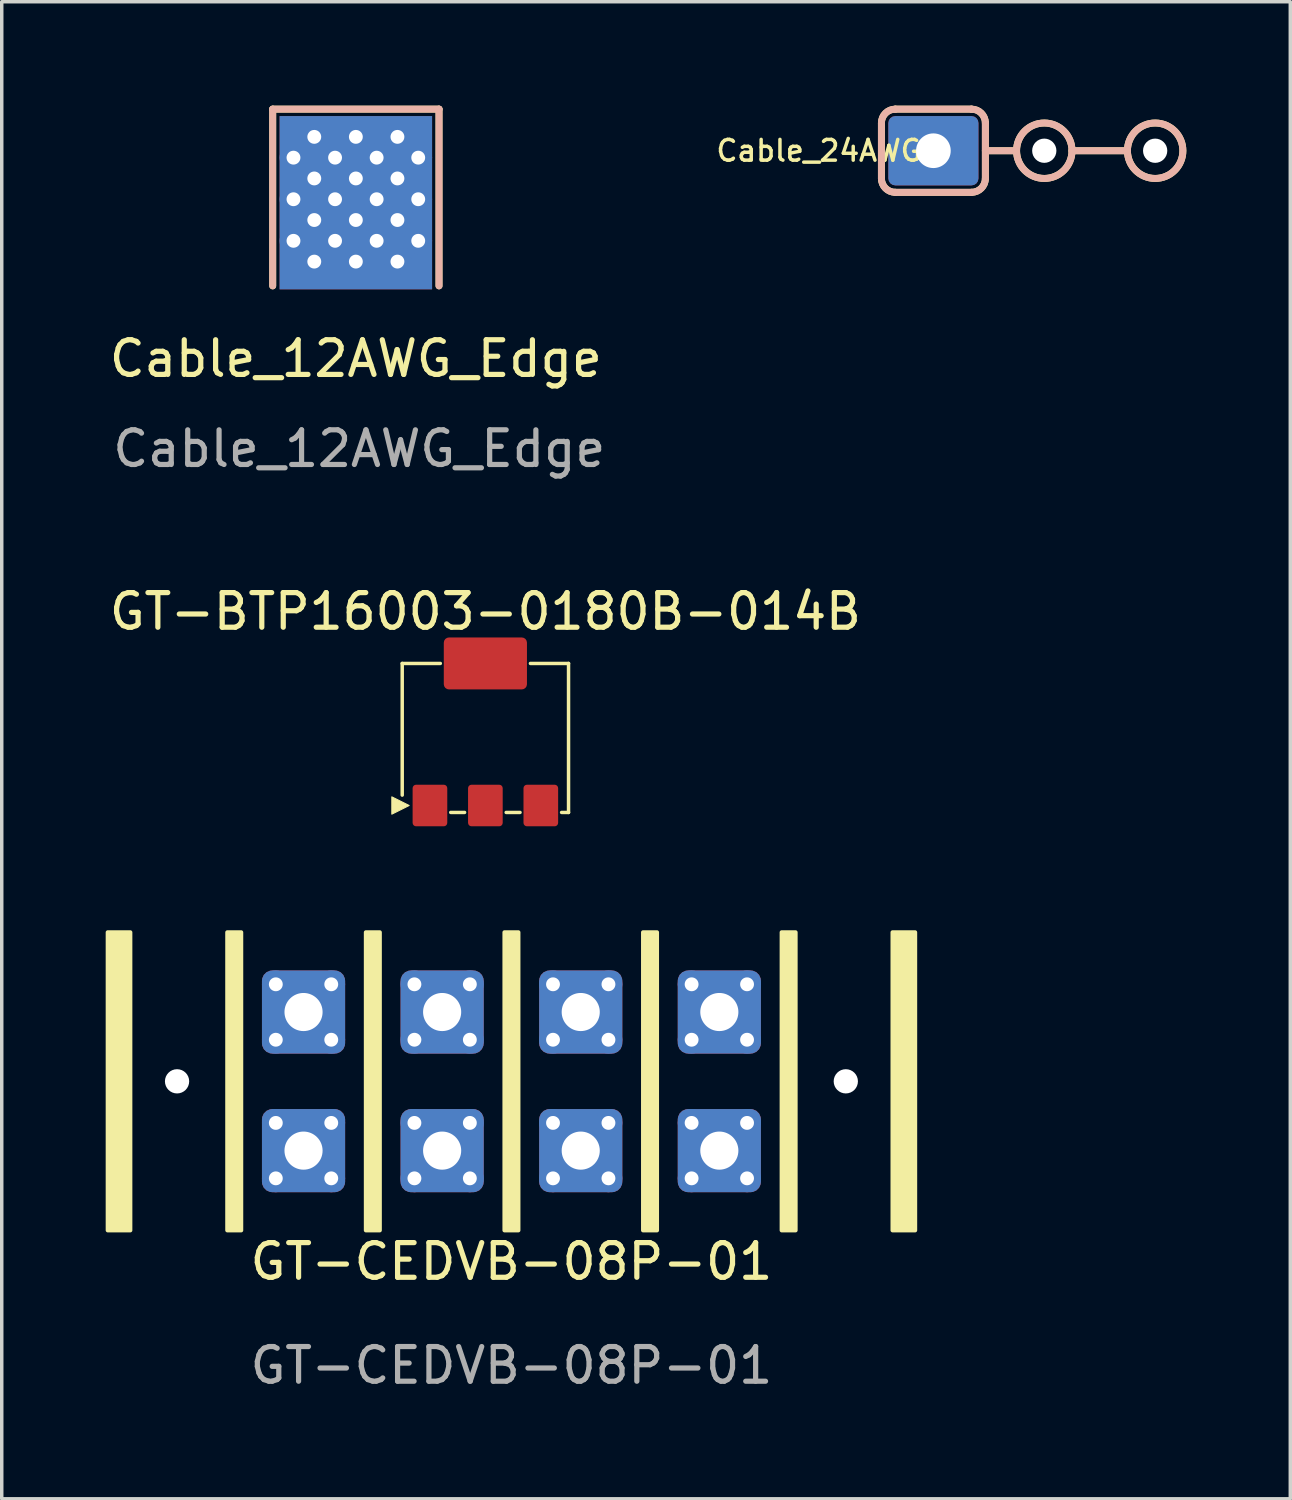
<source format=kicad_pcb>
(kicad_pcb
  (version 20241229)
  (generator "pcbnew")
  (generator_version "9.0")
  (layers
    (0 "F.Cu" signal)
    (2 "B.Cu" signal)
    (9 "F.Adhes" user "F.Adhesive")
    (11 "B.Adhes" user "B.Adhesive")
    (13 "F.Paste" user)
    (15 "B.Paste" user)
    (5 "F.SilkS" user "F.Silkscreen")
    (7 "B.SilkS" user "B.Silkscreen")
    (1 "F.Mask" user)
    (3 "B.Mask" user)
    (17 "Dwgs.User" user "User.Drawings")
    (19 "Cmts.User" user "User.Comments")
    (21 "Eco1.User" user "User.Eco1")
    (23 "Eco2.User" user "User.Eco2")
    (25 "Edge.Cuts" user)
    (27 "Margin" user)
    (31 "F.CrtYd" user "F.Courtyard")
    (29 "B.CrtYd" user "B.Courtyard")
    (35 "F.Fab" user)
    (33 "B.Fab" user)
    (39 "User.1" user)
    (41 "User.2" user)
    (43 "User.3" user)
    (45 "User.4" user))
  (footprint "Cable_24AWG"
    (layer "F.Cu")
    (at 23.888 1.3)
    (property "Reference" "Cable_24AWG" (at -3.3 0 0) (unlocked yes) (layer "F.SilkS") (effects (font (size 0.6 0.6) (thickness 0.1))))
    (attr smd exclude_from_pos_files exclude_from_bom)
    (fp_line (start -1.5 -0.8) (end -1.5 0.8) (stroke (width 0.2) (type default)) (layer "F.SilkS"))
    (fp_line (start -1.1 1.2) (end 1.1 1.2) (stroke (width 0.2) (type default)) (layer "F.SilkS"))
    (fp_line (start 1.1 -1.2) (end -1.1 -1.2) (stroke (width 0.2) (type default)) (layer "F.SilkS"))
    (fp_line (start 1.5 -0.8) (end 1.5 0.8) (stroke (width 0.2) (type default)) (layer "F.SilkS"))
    (fp_line (start 1.5 0.000001) (end 2.4 0) (stroke (width 0.2) (type default)) (layer "F.SilkS"))
    (fp_line (start 4 0) (end 5.6 0) (stroke (width 0.2) (type default)) (layer "F.SilkS"))
    (fp_arc (start -1.5 -0.800001) (mid -1.382842 -1.082843) (end -1.1 -1.2) (stroke (width 0.2) (type default)) (layer "F.SilkS"))
    (fp_arc (start -1.100001 1.2) (mid -1.382843 1.082842) (end -1.5 0.8) (stroke (width 0.2) (type default)) (layer "F.SilkS"))
    (fp_arc (start 1.100001 -1.2) (mid 1.382843 -1.082842) (end 1.5 -0.8) (stroke (width 0.2) (type default)) (layer "F.SilkS"))
    (fp_arc (start 1.5 0.800001) (mid 1.382842 1.082843) (end 1.1 1.2) (stroke (width 0.2) (type default)) (layer "F.SilkS"))
    (fp_circle (center 3.2 0) (end 4 0) (stroke (width 0.2) (type default)) (fill no) (layer "F.SilkS"))
    (fp_circle (center 6.4 0) (end 7.2 0) (stroke (width 0.2) (type default)) (fill no) (layer "F.SilkS"))
    (fp_line (start -1.5 0.8) (end -1.5 -0.8) (stroke (width 0.2) (type default)) (layer "B.SilkS"))
    (fp_line (start -1.1 -1.2) (end 1.1 -1.2) (stroke (width 0.2) (type default)) (layer "B.SilkS"))
    (fp_line (start 1.1 1.2) (end -1.1 1.2) (stroke (width 0.2) (type default)) (layer "B.SilkS"))
    (fp_line (start 1.5 -0.000001) (end 2.4 0) (stroke (width 0.2) (type default)) (layer "B.SilkS"))
    (fp_line (start 1.5 0.8) (end 1.5 -0.8) (stroke (width 0.2) (type default)) (layer "B.SilkS"))
    (fp_line (start 4 0) (end 5.6 0) (stroke (width 0.2) (type default)) (layer "B.SilkS"))
    (fp_arc (start -1.5 -0.8) (mid -1.382843 -1.082842) (end -1.100001 -1.2) (stroke (width 0.2) (type default)) (layer "B.SilkS"))
    (fp_arc (start -1.1 1.2) (mid -1.382842 1.082843) (end -1.5 0.800001) (stroke (width 0.2) (type default)) (layer "B.SilkS"))
    (fp_arc (start 1.1 -1.2) (mid 1.382842 -1.082843) (end 1.5 -0.800001) (stroke (width 0.2) (type default)) (layer "B.SilkS"))
    (fp_arc (start 1.5 0.8) (mid 1.382843 1.082842) (end 1.100001 1.2) (stroke (width 0.2) (type default)) (layer "B.SilkS"))
    (fp_circle (center 3.2 0) (end 4 0) (stroke (width 0.2) (type default)) (fill no) (layer "B.SilkS"))
    (fp_circle (center 6.4 0) (end 7.2 0) (stroke (width 0.2) (type default)) (fill no) (layer "B.SilkS"))
    (pad "" np_thru_hole circle (at 3.2 0) (size 0.7 0.7) (drill 1.3) (layers "*.Cu" "*.Mask"))
    (pad "" np_thru_hole circle (at 6.4 0) (size 0.7 0.7) (drill 1.3) (layers "*.Cu" "*.Mask"))
    (pad "1" thru_hole roundrect (at 0 0 270) (size 2 2.6) (drill 1) (layers "*.Cu" "*.Mask") (roundrect_rratio 0.1)))
  (footprint "Cable_12AWG_Edge"
    (layer "F.Cu")
    (at 7.22 3.3)
    (property "Reference" "Cable_12AWG_Edge" (at 0 4 0) (unlocked yes) (layer "F.SilkS") (effects (font (size 1 1) (thickness 0.15))))
    (attr smd)
    (fp_line (start -2.4 -3.2) (end -2.4 1.9) (stroke (width 0.2) (type default)) (layer "F.SilkS"))
    (fp_line (start -2.4 -3.2) (end 2.4 -3.2) (stroke (width 0.2) (type default)) (layer "F.SilkS"))
    (fp_line (start 2.4 -3.2) (end 2.4 1.9) (stroke (width 0.2) (type default)) (layer "F.SilkS"))
    (fp_line (start -2.4 -3.2) (end -2.4 1.9) (stroke (width 0.2) (type default)) (layer "B.SilkS"))
    (fp_line (start 2.4 -3.2) (end -2.4 -3.2) (stroke (width 0.2) (type default)) (layer "B.SilkS"))
    (fp_line (start 2.4 -3.2) (end 2.4 1.9) (stroke (width 0.2) (type default)) (layer "B.SilkS"))
    (fp_text user "${REFERENCE}" (at 0.1 6.6 0) (unlocked yes) (layer "F.Fab") (effects (font (size 1 1) (thickness 0.15))))
    (pad "1" thru_hole circle (at -1.8 -1.8 270) (size 0.8 0.8) (drill 0.4) (layers "*.Cu"))
    (pad "1" thru_hole circle (at -1.8 -0.6 270) (size 0.8 0.8) (drill 0.4) (layers "*.Cu"))
    (pad "1" thru_hole circle (at -1.8 0.6 270) (size 0.8 0.8) (drill 0.4) (layers "*.Cu"))
    (pad "1" thru_hole circle (at -1.2 -2.4 270) (size 0.8 0.8) (drill 0.4) (layers "*.Cu"))
    (pad "1" thru_hole circle (at -1.2 -1.2 270) (size 0.8 0.8) (drill 0.4) (layers "*.Cu"))
    (pad "1" thru_hole circle (at -1.2 0 270) (size 0.8 0.8) (drill 0.4) (layers "*.Cu"))
    (pad "1" thru_hole circle (at -1.2 1.2 270) (size 0.8 0.8) (drill 0.4) (layers "*.Cu"))
    (pad "1" thru_hole circle (at -0.6 -1.8 270) (size 0.8 0.8) (drill 0.4) (layers "*.Cu"))
    (pad "1" thru_hole circle (at -0.6 -0.6 270) (size 0.8 0.8) (drill 0.4) (layers "*.Cu"))
    (pad "1" thru_hole circle (at -0.6 0.6 270) (size 0.8 0.8) (drill 0.4) (layers "*.Cu"))
    (pad "1" thru_hole circle (at 0 -2.4 270) (size 0.8 0.8) (drill 0.4) (layers "*.Cu"))
    (pad "1" thru_hole circle (at 0 -1.2 270) (size 0.8 0.8) (drill 0.4) (layers "*.Cu"))
    (pad "1" smd rect (at 0 -0.5) (size 4.4 5) (layers "F.Cu" "F.Mask" "F.Paste"))
    (pad "1" smd rect (at 0 -0.5) (size 4.4 5) (layers "B.Cu" "B.Mask" "B.Paste"))
    (pad "1" thru_hole circle (at 0 0 270) (size 0.8 0.8) (drill 0.4) (layers "*.Cu"))
    (pad "1" thru_hole circle (at 0 1.2 270) (size 0.8 0.8) (drill 0.4) (layers "*.Cu"))
    (pad "1" thru_hole circle (at 0.6 -1.8 270) (size 0.8 0.8) (drill 0.4) (layers "*.Cu"))
    (pad "1" thru_hole circle (at 0.6 -0.6 270) (size 0.8 0.8) (drill 0.4) (layers "*.Cu"))
    (pad "1" thru_hole circle (at 0.6 0.6 270) (size 0.8 0.8) (drill 0.4) (layers "*.Cu"))
    (pad "1" thru_hole circle (at 1.2 -2.4 270) (size 0.8 0.8) (drill 0.4) (layers "*.Cu"))
    (pad "1" thru_hole circle (at 1.2 -1.2 270) (size 0.8 0.8) (drill 0.4) (layers "*.Cu"))
    (pad "1" thru_hole circle (at 1.2 0 270) (size 0.8 0.8) (drill 0.4) (layers "*.Cu"))
    (pad "1" thru_hole circle (at 1.2 1.2 270) (size 0.8 0.8) (drill 0.4) (layers "*.Cu"))
    (pad "1" thru_hole circle (at 1.8 -1.8 270) (size 0.8 0.8) (drill 0.4) (layers "*.Cu"))
    (pad "1" thru_hole circle (at 1.8 -0.6 270) (size 0.8 0.8) (drill 0.4) (layers "*.Cu"))
    (pad "1" thru_hole circle (at 1.8 0.6 270) (size 0.8 0.8) (drill 0.4) (layers "*.Cu")))
  (footprint "GT-BTP16003-0180B-014B"
    (layer "F.Cu")
    (at 10.958 19.197)
    (property "Reference" "GT-BTP16003-0180B-014B" (at 0 -4.6 0) (layer "F.SilkS") (effects (font (size 1 1) (thickness 0.15))))
    (attr smd)
    (fp_line (start -2.4 -3.1) (end -1.3 -3.1) (stroke (width 0.1) (type default)) (layer "F.SilkS"))
    (fp_line (start -2.4 0.7) (end -2.4 -3.1) (stroke (width 0.1) (type default)) (layer "F.SilkS"))
    (fp_line (start -1 1.2) (end -0.6 1.2) (stroke (width 0.1) (type default)) (layer "F.SilkS"))
    (fp_line (start 0.6 1.2) (end 1 1.2) (stroke (width 0.1) (type default)) (layer "F.SilkS"))
    (fp_line (start 2.2 1.2) (end 2.4 1.2) (stroke (width 0.1) (type default)) (layer "F.SilkS"))
    (fp_line (start 2.4 -3.1) (end 1.3 -3.1) (stroke (width 0.1) (type default)) (layer "F.SilkS"))
    (fp_line (start 2.4 -3.1) (end 2.4 1.2) (stroke (width 0.1) (type default)) (layer "F.SilkS"))
    (fp_poly (pts (xy -2.2 1) (xy -2.7 1.25) (xy -2.7 0.75)) (stroke (width 0.03) (type solid)) (fill yes) (layer "F.SilkS"))
    (pad "1" smd roundrect (at -1.6 1) (size 1 1.2) (layers "F.Cu" "F.Mask" "F.Paste") (roundrect_rratio 0.1))
    (pad "2" smd roundrect (at 0 1) (size 1 1.2) (layers "F.Cu" "F.Mask" "F.Paste") (roundrect_rratio 0.1))
    (pad "3" smd roundrect (at 1.6 1) (size 1 1.2) (layers "F.Cu" "F.Mask" "F.Paste") (roundrect_rratio 0.1))
    (pad "MP" smd roundrect (at 0 -3.1 90) (size 1.5 2.4) (layers "F.Cu" "F.Mask" "F.Paste") (roundrect_rratio 0.1)))
  (footprint "GT-CEDVB-08P-01"
    (layer "F.Cu")
    (at 11.71 28.157)
    (property "Reference" "GT-CEDVB-08P-01" (at 0 5.2 0) (unlocked yes) (layer "F.SilkS") (effects (font (size 1 1) (thickness 0.15))))
    (attr through_hole)
    (fp_rect (start -11.65 -4.3) (end -11 4.3) (stroke (width 0.12) (type solid)) (fill yes) (layer "F.SilkS"))
    (fp_rect (start -8.2 -4.3) (end -7.8 4.3) (stroke (width 0.12) (type solid)) (fill yes) (layer "F.SilkS"))
    (fp_rect (start -4.2 -4.3) (end -3.8 4.3) (stroke (width 0.12) (type solid)) (fill yes) (layer "F.SilkS"))
    (fp_rect (start -0.2 -4.3) (end 0.2 4.3) (stroke (width 0.12) (type solid)) (fill yes) (layer "F.SilkS"))
    (fp_rect (start 3.8 -4.3) (end 4.2 4.3) (stroke (width 0.12) (type solid)) (fill yes) (layer "F.SilkS"))
    (fp_rect (start 7.8 -4.3) (end 8.2 4.3) (stroke (width 0.12) (type solid)) (fill yes) (layer "F.SilkS"))
    (fp_rect (start 11 -4.3) (end 11.65 4.3) (stroke (width 0.12) (type solid)) (fill yes) (layer "F.SilkS"))
    (fp_text user "${REFERENCE}" (at 0 8.2 0) (unlocked yes) (layer "F.Fab") (effects (font (size 1 1) (thickness 0.15))))
    (pad "" np_thru_hole circle (at -9.65 0 90) (size 0.7 0.7) (drill 0.7) (layers "*.Cu" "*.Mask"))
    (pad "" np_thru_hole circle (at 9.65 0 90) (size 0.7 0.7) (drill 0.7) (layers "*.Cu" "*.Mask"))
    (pad "1" thru_hole circle (at -6.8 -2.8 90) (size 0.8 0.8) (drill 0.4) (layers "*.Cu"))
    (pad "1" thru_hole circle (at -6.8 -1.2 90) (size 0.8 0.8) (drill 0.4) (layers "*.Cu"))
    (pad "1" thru_hole roundrect (at -6 -2 90) (size 2.4 2.4) (drill 1.1) (layers "*.Cu" "*.Mask") (roundrect_rratio 0.125))
    (pad "1" thru_hole circle (at -5.2 -2.8 90) (size 0.8 0.8) (drill 0.4) (layers "*.Cu"))
    (pad "1" thru_hole circle (at -5.2 -1.2 90) (size 0.8 0.8) (drill 0.4) (layers "*.Cu"))
    (pad "2" thru_hole circle (at -6.8 1.2 90) (size 0.8 0.8) (drill 0.4) (layers "*.Cu"))
    (pad "2" thru_hole circle (at -6.8 2.8 90) (size 0.8 0.8) (drill 0.4) (layers "*.Cu"))
    (pad "2" thru_hole roundrect (at -6 2 90) (size 2.4 2.4) (drill 1.1) (layers "*.Cu" "*.Mask") (roundrect_rratio 0.125))
    (pad "2" thru_hole circle (at -5.2 1.2 90) (size 0.8 0.8) (drill 0.4) (layers "*.Cu"))
    (pad "2" thru_hole circle (at -5.2 2.8 90) (size 0.8 0.8) (drill 0.4) (layers "*.Cu"))
    (pad "3" thru_hole circle (at -2.8 -2.8 90) (size 0.8 0.8) (drill 0.4) (layers "*.Cu"))
    (pad "3" thru_hole circle (at -2.8 -1.2 90) (size 0.8 0.8) (drill 0.4) (layers "*.Cu"))
    (pad "3" thru_hole roundrect (at -2 -2 90) (size 2.4 2.4) (drill 1.1) (layers "*.Cu" "*.Mask") (roundrect_rratio 0.125))
    (pad "3" thru_hole circle (at -1.2 -2.8 90) (size 0.8 0.8) (drill 0.4) (layers "*.Cu"))
    (pad "3" thru_hole circle (at -1.2 -1.2 90) (size 0.8 0.8) (drill 0.4) (layers "*.Cu"))
    (pad "4" thru_hole circle (at -2.8 1.2 90) (size 0.8 0.8) (drill 0.4) (layers "*.Cu"))
    (pad "4" thru_hole circle (at -2.8 2.8 90) (size 0.8 0.8) (drill 0.4) (layers "*.Cu"))
    (pad "4" thru_hole roundrect (at -2 2 90) (size 2.4 2.4) (drill 1.1) (layers "*.Cu" "*.Mask") (roundrect_rratio 0.125))
    (pad "4" thru_hole circle (at -1.2 1.2 90) (size 0.8 0.8) (drill 0.4) (layers "*.Cu"))
    (pad "4" thru_hole circle (at -1.2 2.8 90) (size 0.8 0.8) (drill 0.4) (layers "*.Cu"))
    (pad "5" thru_hole circle (at 1.2 -2.8 90) (size 0.8 0.8) (drill 0.4) (layers "*.Cu"))
    (pad "5" thru_hole circle (at 1.2 -1.2 90) (size 0.8 0.8) (drill 0.4) (layers "*.Cu"))
    (pad "5" thru_hole roundrect (at 2 -2 90) (size 2.4 2.4) (drill 1.1) (layers "*.Cu" "*.Mask") (roundrect_rratio 0.125))
    (pad "5" thru_hole circle (at 2.8 -2.8 90) (size 0.8 0.8) (drill 0.4) (layers "*.Cu"))
    (pad "5" thru_hole circle (at 2.8 -1.2 90) (size 0.8 0.8) (drill 0.4) (layers "*.Cu"))
    (pad "6" thru_hole circle (at 1.2 1.2 90) (size 0.8 0.8) (drill 0.4) (layers "*.Cu"))
    (pad "6" thru_hole circle (at 1.2 2.8 90) (size 0.8 0.8) (drill 0.4) (layers "*.Cu"))
    (pad "6" thru_hole roundrect (at 2 2 90) (size 2.4 2.4) (drill 1.1) (layers "*.Cu" "*.Mask") (roundrect_rratio 0.125))
    (pad "6" thru_hole circle (at 2.8 1.2 90) (size 0.8 0.8) (drill 0.4) (layers "*.Cu"))
    (pad "6" thru_hole circle (at 2.8 2.8 90) (size 0.8 0.8) (drill 0.4) (layers "*.Cu"))
    (pad "7" thru_hole circle (at 5.2 -2.8 90) (size 0.8 0.8) (drill 0.4) (layers "*.Cu"))
    (pad "7" thru_hole circle (at 5.2 -1.2 90) (size 0.8 0.8) (drill 0.4) (layers "*.Cu"))
    (pad "7" thru_hole roundrect (at 6 -2 90) (size 2.4 2.4) (drill 1.1) (layers "*.Cu" "*.Mask") (roundrect_rratio 0.125))
    (pad "7" thru_hole circle (at 6.8 -2.8 90) (size 0.8 0.8) (drill 0.4) (layers "*.Cu"))
    (pad "7" thru_hole circle (at 6.8 -1.2 90) (size 0.8 0.8) (drill 0.4) (layers "*.Cu"))
    (pad "8" thru_hole circle (at 5.2 1.2 90) (size 0.8 0.8) (drill 0.4) (layers "*.Cu"))
    (pad "8" thru_hole circle (at 5.2 2.8 90) (size 0.8 0.8) (drill 0.4) (layers "*.Cu"))
    (pad "8" thru_hole roundrect (at 6 2 90) (size 2.4 2.4) (drill 1.1) (layers "*.Cu" "*.Mask") (roundrect_rratio 0.125))
    (pad "8" thru_hole circle (at 6.8 1.2 90) (size 0.8 0.8) (drill 0.4) (layers "*.Cu"))
    (pad "8" thru_hole circle (at 6.8 2.8 90) (size 0.8 0.8) (drill 0.4) (layers "*.Cu")))
  (gr_rect
    (start -3 -3)
    (end 34.188 40.205)
    (stroke (width 0.1) (type default))
    (fill no)
    (layer "Edge.Cuts")))
</source>
